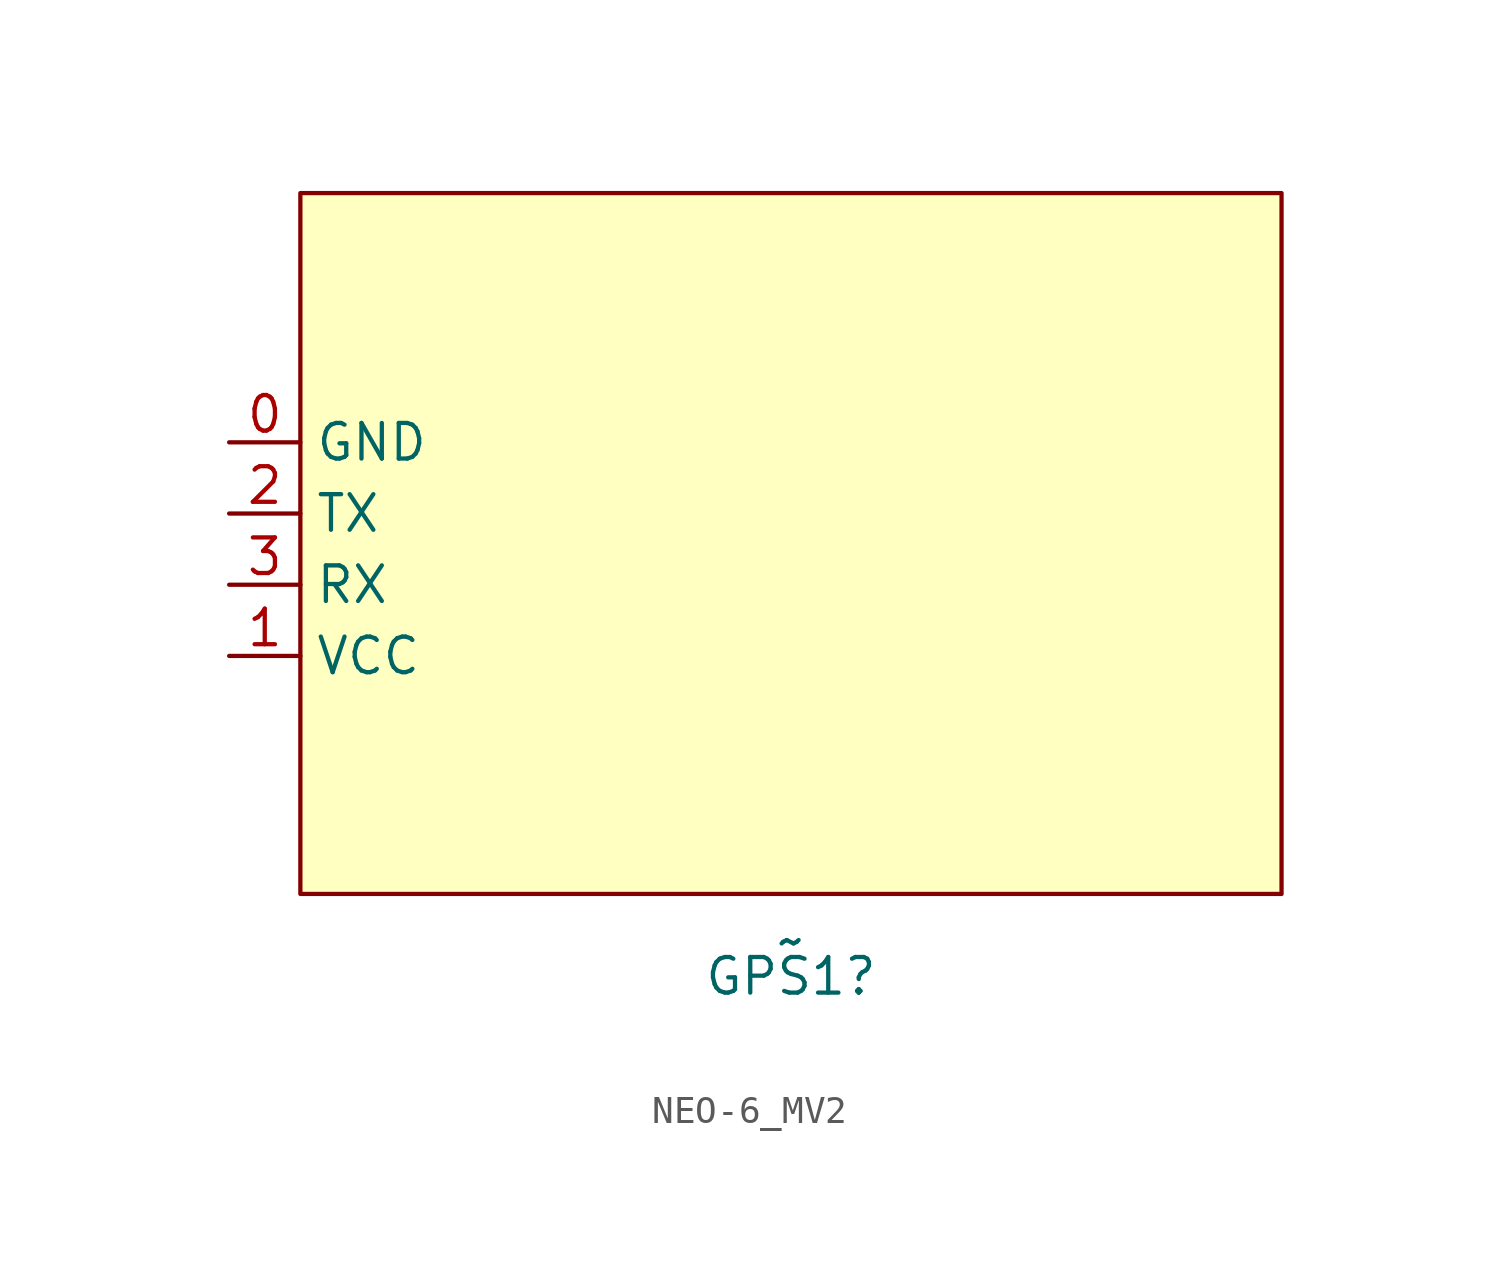
<source format=kicad_sym>
(kicad_symbol_lib
  (version 20241209)
  (generator "kicad_symbol_editor")
  (generator_version "9.0")
  (symbol "NEO-6_MV2"
    (property "Reference" "GPS1"
      (at 20.04 -27.94 0)
      (effects (font (size 1.27 1.27))))
    (property "Value" "~"
      (at 20.04 -26.67 0)
      (effects (font (size 1.27 1.27))))
    (symbol "NEO-6_MV2_1_1"
      (rectangle (start 2.54 0) (end 37.54 -25) (stroke (width 0) (type solid)) (fill (type background)))
      (pin power_in line (at 0 -8.89 0) (length 2.54) (name "GND" (effects (font (size 1.27 1.27)))) (number "0" (effects (font (size 1.27 1.27)))))
      (pin output line (at 0 -11.43 0) (length 2.54) (name "TX" (effects (font (size 1.27 1.27)))) (number "2" (effects (font (size 1.27 1.27)))))
      (pin power_out line (at 0 -13.97 0) (length 2.54) (name "RX" (effects (font (size 1.27 1.27)))) (number "3" (effects (font (size 1.27 1.27)))))
      (pin power_in line (at 0 -16.51 0) (length 2.54) (name "VCC" (effects (font (size 1.27 1.27)))) (number "1" (effects (font (size 1.27 1.27))))))))
</source>
